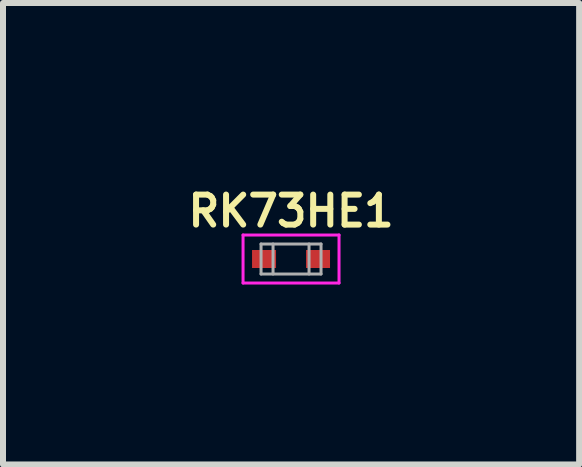
<source format=kicad_pcb>
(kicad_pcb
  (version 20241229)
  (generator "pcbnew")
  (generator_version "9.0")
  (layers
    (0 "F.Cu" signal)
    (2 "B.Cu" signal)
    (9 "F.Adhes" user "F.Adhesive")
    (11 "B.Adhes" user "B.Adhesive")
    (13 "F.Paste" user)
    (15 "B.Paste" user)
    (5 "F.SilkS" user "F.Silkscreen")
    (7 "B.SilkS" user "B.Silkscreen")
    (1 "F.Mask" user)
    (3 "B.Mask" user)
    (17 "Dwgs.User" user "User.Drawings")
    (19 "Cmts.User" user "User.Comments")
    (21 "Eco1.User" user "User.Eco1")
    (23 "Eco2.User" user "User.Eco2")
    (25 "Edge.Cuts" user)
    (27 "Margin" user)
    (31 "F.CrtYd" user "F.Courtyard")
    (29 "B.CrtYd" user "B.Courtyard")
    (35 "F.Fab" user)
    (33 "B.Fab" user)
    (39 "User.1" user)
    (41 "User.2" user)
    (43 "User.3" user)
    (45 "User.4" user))
  (footprint "RK73HE1"
    (layer "F.Cu")
    (at 1.802 1.268)
    (property "Reference" "RK73HE1" (at 0 -0.8 0) (layer "F.SilkS") (effects (font (size 0.5 0.5) (thickness 0.1))))
    (attr smd)
    (fp_line (start -0.8 -0.4) (end -0.8 0.4) (stroke (width 0.05) (type solid)) (layer "F.CrtYd"))
    (fp_line (start -0.8 -0.4) (end 0.8 -0.4) (stroke (width 0.05) (type solid)) (layer "F.CrtYd"))
    (fp_line (start -0.8 0.4) (end 0.8 0.4) (stroke (width 0.05) (type solid)) (layer "F.CrtYd"))
    (fp_line (start 0.8 -0.4) (end 0.8 0.4) (stroke (width 0.05) (type solid)) (layer "F.CrtYd"))
    (fp_line (start -0.5 -0.25) (end 0.5 -0.25) (stroke (width 0.05) (type solid)) (layer "F.Fab"))
    (fp_line (start -0.5 0.25) (end -0.5 -0.25) (stroke (width 0.05) (type solid)) (layer "F.Fab"))
    (fp_line (start -0.3 -0.25) (end -0.3 0.25) (stroke (width 0.05) (type solid)) (layer "F.Fab"))
    (fp_line (start 0.3 -0.25) (end 0.3 0.25) (stroke (width 0.05) (type solid)) (layer "F.Fab"))
    (fp_line (start 0.5 -0.25) (end 0.5 0.25) (stroke (width 0.05) (type solid)) (layer "F.Fab"))
    (fp_line (start 0.5 0.25) (end -0.5 0.25) (stroke (width 0.05) (type solid)) (layer "F.Fab"))
    (pad "1" smd rect (at -0.45 0) (size 0.4 0.3) (layers "F.Cu" "F.Mask" "F.Paste"))
    (pad "2" smd rect (at 0.45 0) (size 0.4 0.3) (layers "F.Cu" "F.Mask" "F.Paste")))
  (gr_rect
    (start -3 -3)
    (end 6.605 4.693)
    (stroke (width 0.1) (type default))
    (fill no)
    (layer "Edge.Cuts")))
</source>
